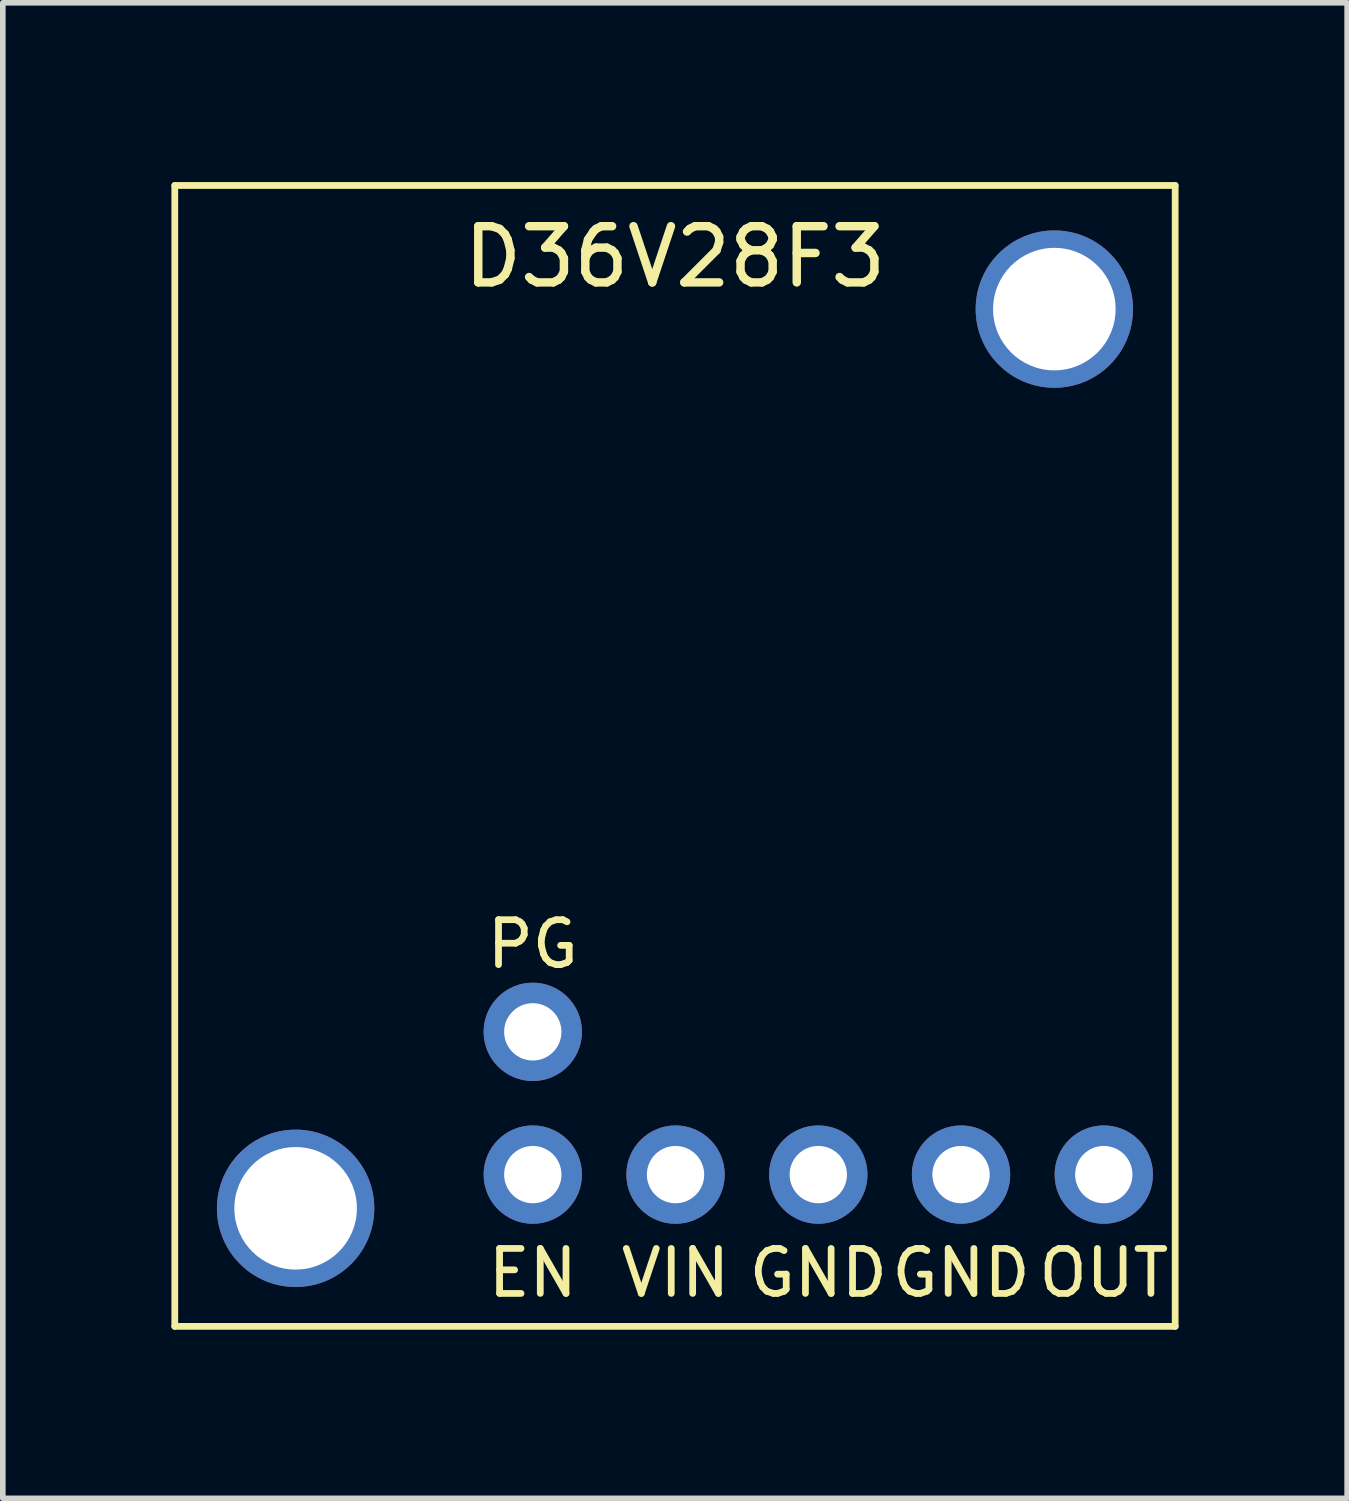
<source format=kicad_pcb>
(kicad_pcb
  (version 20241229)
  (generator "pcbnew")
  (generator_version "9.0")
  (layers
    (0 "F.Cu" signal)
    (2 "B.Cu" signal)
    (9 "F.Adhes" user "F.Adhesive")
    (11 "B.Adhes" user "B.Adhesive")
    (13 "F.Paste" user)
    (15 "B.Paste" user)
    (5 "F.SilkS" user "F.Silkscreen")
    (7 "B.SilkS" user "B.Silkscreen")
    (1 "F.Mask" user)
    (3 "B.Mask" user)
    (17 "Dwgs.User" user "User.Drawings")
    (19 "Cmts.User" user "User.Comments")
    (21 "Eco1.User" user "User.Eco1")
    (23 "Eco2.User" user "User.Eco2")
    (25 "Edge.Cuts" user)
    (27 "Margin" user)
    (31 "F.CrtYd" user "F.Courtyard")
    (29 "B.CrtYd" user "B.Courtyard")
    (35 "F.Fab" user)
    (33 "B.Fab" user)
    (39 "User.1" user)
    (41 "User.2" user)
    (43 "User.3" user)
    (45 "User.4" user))
  (footprint "D36V28F3"
    (layer "F.Cu")
    (at 8.96 0.25)
    (property "Reference" "D36V28F3" (at 0 1.27 0) (layer "F.SilkS") (effects (font (size 1 1) (thickness 0.15))))
    (attr through_hole)
    (fp_line (start -8.9 0) (end -8.9 20.3) (stroke (width 0.12) (type solid)) (layer "F.SilkS"))
    (fp_line (start -8.9 0) (end 8.9 0) (stroke (width 0.12) (type solid)) (layer "F.SilkS"))
    (fp_line (start -8.9 20.3) (end 8.9 20.3) (stroke (width 0.12) (type solid)) (layer "F.SilkS"))
    (fp_line (start 8.9 0) (end 8.9 20.3) (stroke (width 0.12) (type solid)) (layer "F.SilkS"))
    (fp_text user "OUT" (at 7.63 19.35 0) (layer "F.SilkS") (effects (font (size 0.8 0.8) (thickness 0.12))))
    (fp_text user "VIN" (at 0.01 19.35 0) (layer "F.SilkS") (effects (font (size 0.8 0.8) (thickness 0.12))))
    (fp_text user "PG" (at -2.53 13.5 0) (layer "F.SilkS") (effects (font (size 0.8 0.8) (thickness 0.12))))
    (fp_text user "EN" (at -2.53 19.35 0) (layer "F.SilkS") (effects (font (size 0.8 0.8) (thickness 0.12))))
    (fp_text user "GND" (at 2.55 19.35 0) (layer "F.SilkS") (effects (font (size 0.8 0.8) (thickness 0.12))))
    (fp_text user "GND" (at 5.09 19.35 0) (layer "F.SilkS") (effects (font (size 0.8 0.8) (thickness 0.12))))
    (pad "" np_thru_hole circle (at -6.75 18.2) (size 2.8 2.8) (drill 2.18) (layers "*.Cu" "*.Mask"))
    (pad "" np_thru_hole circle (at 6.75 2.2) (size 2.8 2.8) (drill 2.18) (layers "*.Cu" "*.Mask"))
    (pad "1" thru_hole circle (at -2.53 17.6) (size 1.75 1.75) (drill 1.02) (layers "*.Cu" "*.Mask"))
    (pad "2" thru_hole circle (at 0.01 17.6) (size 1.75 1.75) (drill 1.02) (layers "*.Cu" "*.Mask"))
    (pad "3" thru_hole circle (at 2.55 17.6) (size 1.75 1.75) (drill 1.02) (layers "*.Cu" "*.Mask"))
    (pad "4" thru_hole circle (at 5.09 17.6) (size 1.75 1.75) (drill 1.02) (layers "*.Cu" "*.Mask"))
    (pad "5" thru_hole circle (at 7.63 17.6) (size 1.75 1.75) (drill 1.02) (layers "*.Cu" "*.Mask"))
    (pad "6" thru_hole circle (at -2.53 15.06) (size 1.75 1.75) (drill 1.02) (layers "*.Cu" "*.Mask")))
  (gr_rect
    (start -3 -3)
    (end 20.92 23.61)
    (stroke (width 0.1) (type default))
    (fill no)
    (layer "Edge.Cuts")))
</source>
